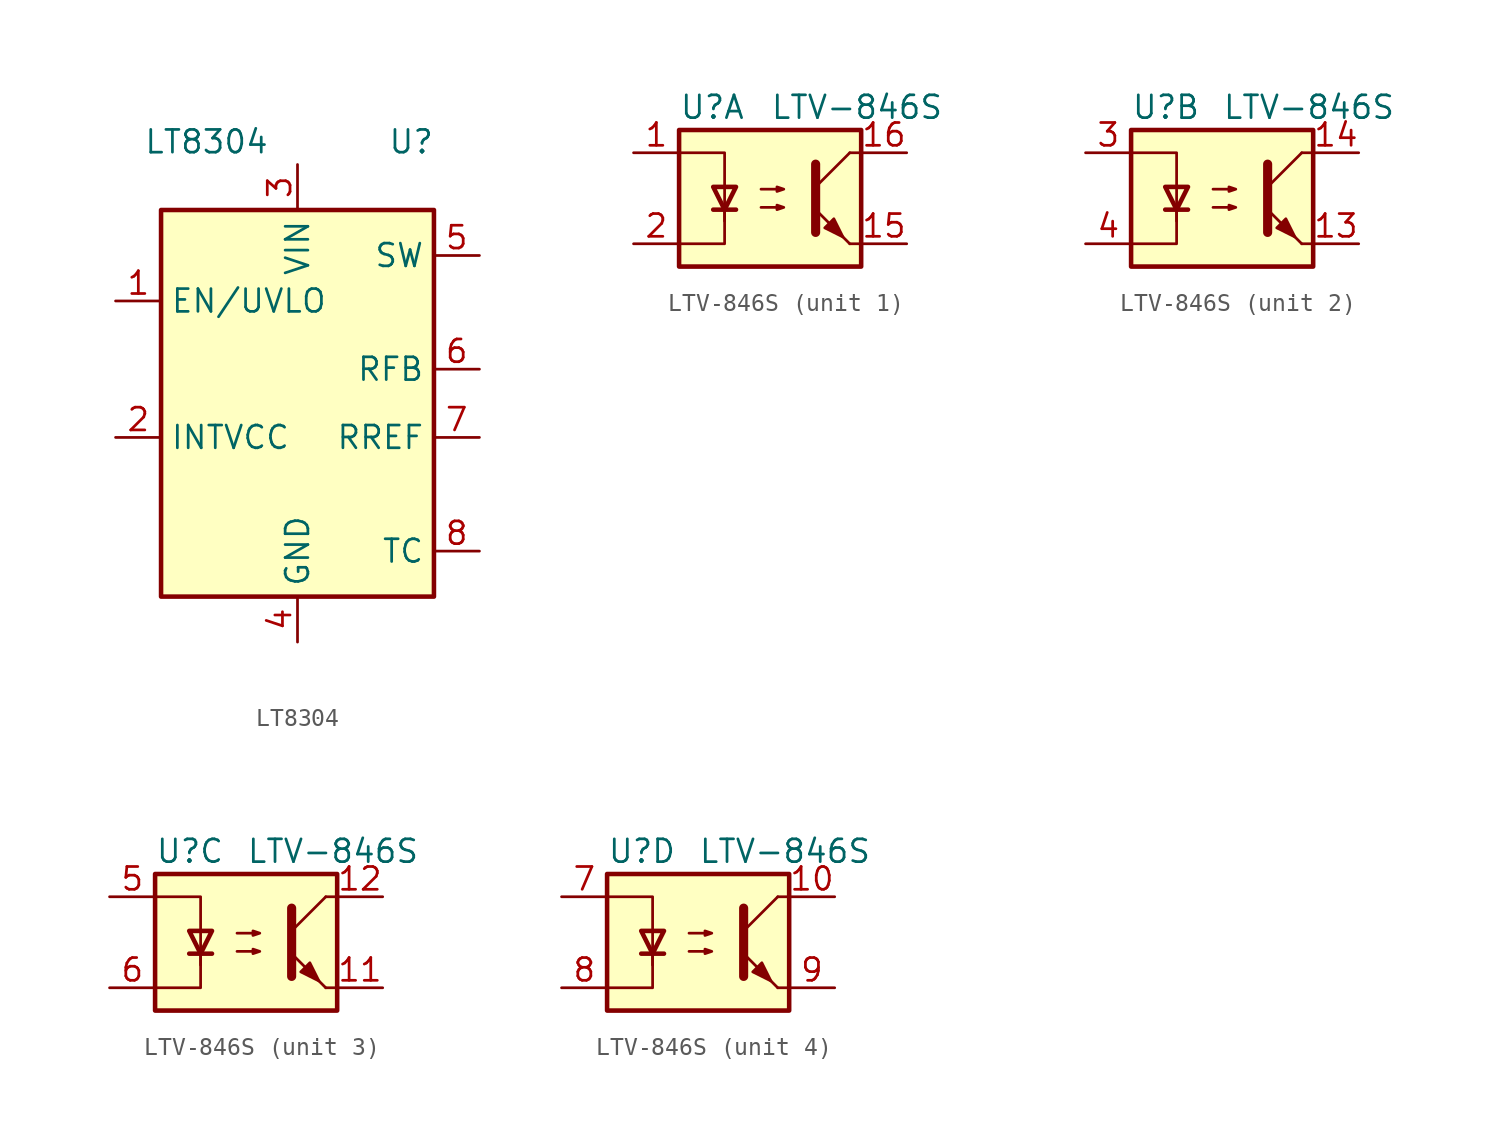
<source format=kicad_sym>
(kicad_symbol_lib
  (version 20211014)
  (generator kicad_symbol_editor)
  (symbol "LT8304"
    (property "Reference" "U"
      (at 6.35 17.78 0)
      (effects (font (size 1.27 1.27))))
    (property "Value" "LT8304"
      (at -5.08 17.78 0)
      (effects (font (size 1.27 1.27))))
    (symbol "LT8304_0_0"
      (pin output line (at -10.16 1.27 0) (length 2.54) (name "INTVCC" (effects (font (size 1.27 1.27)))) (number "2" (effects (font (size 1.27 1.27)))))
      (pin input line (at 10.16 1.27 180) (length 2.54) (name "RREF" (effects (font (size 1.27 1.27)))) (number "7" (effects (font (size 1.27 1.27)))))
      (pin output line (at 10.16 -5.08 180) (length 2.54) (name "TC" (effects (font (size 1.27 1.27)))) (number "8" (effects (font (size 1.27 1.27))))))
    (symbol "LT8304_0_1"
      (rectangle (start 7.62 13.97) (end -7.62 -7.62) (stroke (width 0.254) (type default) (color 0 0 0 0)) (fill (type background))))
    (symbol "LT8304_1_1"
      (pin input line (at -10.16 8.89 0) (length 2.54) (name "EN/UVLO" (effects (font (size 1.27 1.27)))) (number "1" (effects (font (size 1.27 1.27)))))
      (pin power_in line (at 0 16.51 270) (length 2.54) (name "VIN" (effects (font (size 1.27 1.27)))) (number "3" (effects (font (size 1.27 1.27)))))
      (pin power_in line (at 0 -10.16 90) (length 2.54) (name "GND" (effects (font (size 1.27 1.27)))) (number "4" (effects (font (size 1.27 1.27)))))
      (pin open_collector line (at 10.16 11.43 180) (length 2.54) (name "SW" (effects (font (size 1.27 1.27)))) (number "5" (effects (font (size 1.27 1.27)))))
      (pin input line (at 10.16 5.08 180) (length 2.54) (name "RFB" (effects (font (size 1.27 1.27)))) (number "6" (effects (font (size 1.27 1.27)))))))
  (symbol "LTV-846S"
    (pin_names
      (offset 1.016))
    (property "Reference" "U"
      (at -5.08 5.08 0)
      (effects (font (size 1.27 1.27)) (justify left)))
    (property "Value" "LTV-846S"
      (at 0 5.08 0)
      (effects (font (size 1.27 1.27)) (justify left)))
    (symbol "LTV-846S_0_1"
      (rectangle (start -5.08 3.81) (end 5.08 -3.81) (stroke (width 0.254) (type default) (color 0 0 0 0)) (fill (type background)))
      (polyline (pts (xy -3.175 -0.635) (xy -1.905 -0.635)) (stroke (width 0.254) (type default) (color 0 0 0 0)) (fill (type none)))
      (polyline (pts (xy 2.54 0.635) (xy 4.445 2.54)) (stroke (width 0) (type default) (color 0 0 0 0)) (fill (type none)))
      (polyline (pts (xy 4.445 -2.54) (xy 2.54 -0.635)) (stroke (width 0) (type default) (color 0 0 0 0)) (fill (type outline)))
      (polyline (pts (xy 4.445 -2.54) (xy 5.08 -2.54)) (stroke (width 0) (type default) (color 0 0 0 0)) (fill (type none)))
      (polyline (pts (xy 4.445 2.54) (xy 5.08 2.54)) (stroke (width 0) (type default) (color 0 0 0 0)) (fill (type none)))
      (polyline (pts (xy -2.54 -0.635) (xy -2.54 -2.54) (xy -5.08 -2.54)) (stroke (width 0) (type default) (color 0 0 0 0)) (fill (type none)))
      (polyline (pts (xy 2.54 1.905) (xy 2.54 -1.905) (xy 2.54 -1.905)) (stroke (width 0.508) (type default) (color 0 0 0 0)) (fill (type none)))
      (polyline (pts (xy -5.08 2.54) (xy -2.54 2.54) (xy -2.54 -1.27) (xy -2.54 0.635)) (stroke (width 0) (type default) (color 0 0 0 0)) (fill (type none)))
      (polyline (pts (xy -2.54 -0.635) (xy -3.175 0.635) (xy -1.905 0.635) (xy -2.54 -0.635)) (stroke (width 0.254) (type default) (color 0 0 0 0)) (fill (type none)))
      (polyline (pts (xy -0.508 -0.508) (xy 0.762 -0.508) (xy 0.381 -0.635) (xy 0.381 -0.381) (xy 0.762 -0.508)) (stroke (width 0) (type default) (color 0 0 0 0)) (fill (type none)))
      (polyline (pts (xy -0.508 0.508) (xy 0.762 0.508) (xy 0.381 0.381) (xy 0.381 0.635) (xy 0.762 0.508)) (stroke (width 0) (type default) (color 0 0 0 0)) (fill (type none)))
      (polyline (pts (xy 3.048 -1.651) (xy 3.556 -1.143) (xy 4.064 -2.159) (xy 3.048 -1.651) (xy 3.048 -1.651)) (stroke (width 0) (type default) (color 0 0 0 0)) (fill (type outline))))
    (symbol "LTV-846S_1_1"
      (pin passive line (at -7.62 2.54 0) (length 2.54) (name "~" (effects (font (size 1.27 1.27)))) (number "1" (effects (font (size 1.27 1.27)))))
      (pin passive line (at 7.62 -2.54 180) (length 2.54) (name "~" (effects (font (size 1.27 1.27)))) (number "15" (effects (font (size 1.27 1.27)))))
      (pin passive line (at 7.62 2.54 180) (length 2.54) (name "~" (effects (font (size 1.27 1.27)))) (number "16" (effects (font (size 1.27 1.27)))))
      (pin passive line (at -7.62 -2.54 0) (length 2.54) (name "~" (effects (font (size 1.27 1.27)))) (number "2" (effects (font (size 1.27 1.27))))))
    (symbol "LTV-846S_2_1"
      (pin passive line (at 7.62 -2.54 180) (length 2.54) (name "~" (effects (font (size 1.27 1.27)))) (number "13" (effects (font (size 1.27 1.27)))))
      (pin passive line (at 7.62 2.54 180) (length 2.54) (name "~" (effects (font (size 1.27 1.27)))) (number "14" (effects (font (size 1.27 1.27)))))
      (pin passive line (at -7.62 2.54 0) (length 2.54) (name "~" (effects (font (size 1.27 1.27)))) (number "3" (effects (font (size 1.27 1.27)))))
      (pin passive line (at -7.62 -2.54 0) (length 2.54) (name "~" (effects (font (size 1.27 1.27)))) (number "4" (effects (font (size 1.27 1.27))))))
    (symbol "LTV-846S_3_1"
      (pin passive line (at 7.62 -2.54 180) (length 2.54) (name "~" (effects (font (size 1.27 1.27)))) (number "11" (effects (font (size 1.27 1.27)))))
      (pin passive line (at 7.62 2.54 180) (length 2.54) (name "~" (effects (font (size 1.27 1.27)))) (number "12" (effects (font (size 1.27 1.27)))))
      (pin passive line (at -7.62 2.54 0) (length 2.54) (name "~" (effects (font (size 1.27 1.27)))) (number "5" (effects (font (size 1.27 1.27)))))
      (pin passive line (at -7.62 -2.54 0) (length 2.54) (name "~" (effects (font (size 1.27 1.27)))) (number "6" (effects (font (size 1.27 1.27))))))
    (symbol "LTV-846S_4_1"
      (pin passive line (at 7.62 2.54 180) (length 2.54) (name "~" (effects (font (size 1.27 1.27)))) (number "10" (effects (font (size 1.27 1.27)))))
      (pin passive line (at -7.62 2.54 0) (length 2.54) (name "~" (effects (font (size 1.27 1.27)))) (number "7" (effects (font (size 1.27 1.27)))))
      (pin passive line (at -7.62 -2.54 0) (length 2.54) (name "~" (effects (font (size 1.27 1.27)))) (number "8" (effects (font (size 1.27 1.27)))))
      (pin passive line (at 7.62 -2.54 180) (length 2.54) (name "~" (effects (font (size 1.27 1.27)))) (number "9" (effects (font (size 1.27 1.27))))))))
</source>
